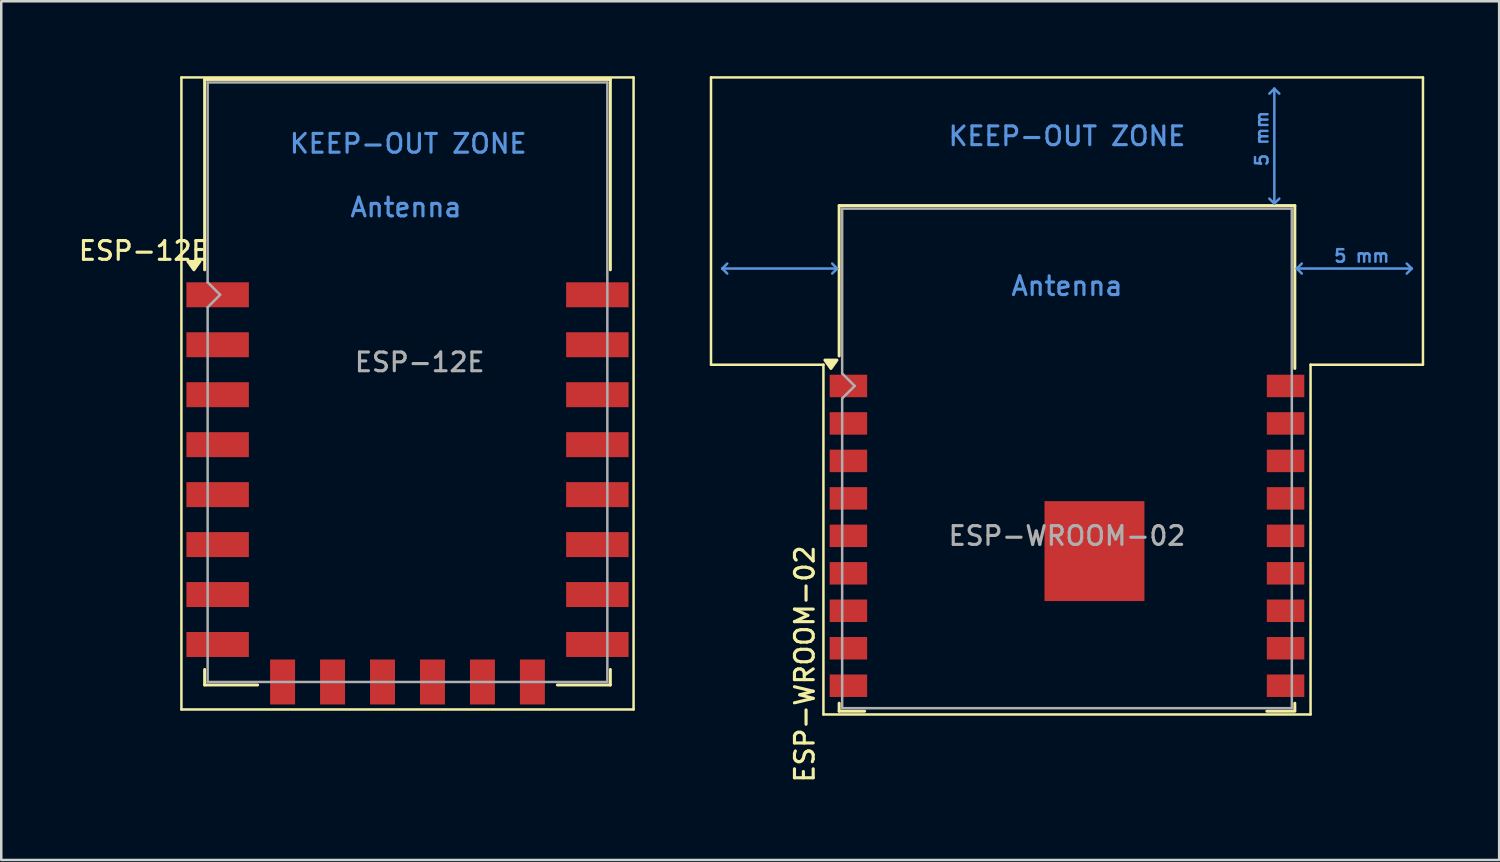
<source format=kicad_pcb>
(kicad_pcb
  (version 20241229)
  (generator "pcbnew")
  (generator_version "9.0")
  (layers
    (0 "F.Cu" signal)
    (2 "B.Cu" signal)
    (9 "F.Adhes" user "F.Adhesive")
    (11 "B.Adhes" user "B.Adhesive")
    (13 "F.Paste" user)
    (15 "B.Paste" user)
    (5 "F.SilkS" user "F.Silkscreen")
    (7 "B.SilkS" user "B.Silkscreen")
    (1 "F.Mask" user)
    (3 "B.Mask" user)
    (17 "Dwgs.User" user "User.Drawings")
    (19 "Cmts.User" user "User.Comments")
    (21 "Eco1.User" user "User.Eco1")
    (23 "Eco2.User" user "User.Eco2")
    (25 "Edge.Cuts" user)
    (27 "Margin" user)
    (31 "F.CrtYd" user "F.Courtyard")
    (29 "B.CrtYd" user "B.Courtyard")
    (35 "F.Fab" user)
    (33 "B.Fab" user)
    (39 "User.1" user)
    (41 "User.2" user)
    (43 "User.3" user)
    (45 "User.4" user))
  (footprint "ESP-12E"
    (layer "F.Cu")
    (at 13.262 12.25)
    (property "Reference" "ESP-12E" (at -10.56 -5.26 0) (layer "F.SilkS") (effects (font (size 0.75 0.75) (thickness 0.125))))
    (attr smd)
    (fp_line (start -9.05 -12.2) (end 9.05 -12.2) (stroke (width 0.1) (type solid)) (layer "F.SilkS"))
    (fp_line (start -9.05 13.1) (end -9.05 -12.2) (stroke (width 0.1) (type solid)) (layer "F.SilkS"))
    (fp_line (start -8.12 -12.12) (end 8.12 -12.12) (stroke (width 0.12) (type solid)) (layer "F.SilkS"))
    (fp_line (start -8.12 -4.5) (end -8.12 -12.12) (stroke (width 0.12) (type solid)) (layer "F.SilkS"))
    (fp_line (start -8.12 12.12) (end -8.12 11.5) (stroke (width 0.12) (type solid)) (layer "F.SilkS"))
    (fp_line (start -6 12.12) (end -8.12 12.12) (stroke (width 0.12) (type solid)) (layer "F.SilkS"))
    (fp_line (start 8.12 -12.12) (end 8.12 -4.5) (stroke (width 0.12) (type solid)) (layer "F.SilkS"))
    (fp_line (start 8.12 11.5) (end 8.12 12.12) (stroke (width 0.12) (type solid)) (layer "F.SilkS"))
    (fp_line (start 8.12 12.12) (end 6 12.12) (stroke (width 0.12) (type solid)) (layer "F.SilkS"))
    (fp_line (start 9.05 -12.2) (end 9.05 13.1) (stroke (width 0.1) (type solid)) (layer "F.SilkS"))
    (fp_line (start 9.05 13.1) (end -9.05 13.1) (stroke (width 0.1) (type solid)) (layer "F.SilkS"))
    (fp_poly (pts (xy -8.55 -4.5) (xy -8.79 -4.836) (xy -8.31 -4.836) (xy -8.55 -4.5)) (stroke (width 0.12) (type solid)) (fill yes) (layer "F.SilkS"))
    (fp_line (start -8 -12) (end 8 -12) (stroke (width 0.1) (type solid)) (layer "F.Fab"))
    (fp_line (start -8 -4) (end -8 -12) (stroke (width 0.1) (type solid)) (layer "F.Fab"))
    (fp_line (start -8 -3) (end -7.5 -3.5) (stroke (width 0.1) (type solid)) (layer "F.Fab"))
    (fp_line (start -8 12) (end -8 -3) (stroke (width 0.1) (type solid)) (layer "F.Fab"))
    (fp_line (start -7.5 -3.5) (end -8 -4) (stroke (width 0.1) (type solid)) (layer "F.Fab"))
    (fp_line (start 8 -12) (end 8 12) (stroke (width 0.1) (type solid)) (layer "F.Fab"))
    (fp_line (start 8 12) (end -8 12) (stroke (width 0.1) (type solid)) (layer "F.Fab"))
    (fp_text user "KEEP-OUT ZONE" (at 0.03 -9.55 180) (layer "Cmts.User") (effects (font (size 0.75 0.75) (thickness 0.125))))
    (fp_text user "Antenna" (at -0.06 -7 180) (layer "Cmts.User") (effects (font (size 0.75 0.75) (thickness 0.125))))
    (fp_text user "${REFERENCE}" (at 0.49 -0.8 0) (layer "F.Fab") (effects (font (size 0.75 0.75) (thickness 0.125))))
    (pad "1" smd rect (at -7.6 -3.5) (size 2.5 1) (layers "F.Cu" "F.Mask" "F.Paste"))
    (pad "2" smd rect (at -7.6 -1.5) (size 2.5 1) (layers "F.Cu" "F.Mask" "F.Paste"))
    (pad "3" smd rect (at -7.6 0.5) (size 2.5 1) (layers "F.Cu" "F.Mask" "F.Paste"))
    (pad "4" smd rect (at -7.6 2.5) (size 2.5 1) (layers "F.Cu" "F.Mask" "F.Paste"))
    (pad "5" smd rect (at -7.6 4.5) (size 2.5 1) (layers "F.Cu" "F.Mask" "F.Paste"))
    (pad "6" smd rect (at -7.6 6.5) (size 2.5 1) (layers "F.Cu" "F.Mask" "F.Paste"))
    (pad "7" smd rect (at -7.6 8.5) (size 2.5 1) (layers "F.Cu" "F.Mask" "F.Paste"))
    (pad "8" smd rect (at -7.6 10.5) (size 2.5 1) (layers "F.Cu" "F.Mask" "F.Paste"))
    (pad "9" smd rect (at -5 12) (size 1 1.8) (layers "F.Cu" "F.Mask" "F.Paste"))
    (pad "10" smd rect (at -3 12) (size 1 1.8) (layers "F.Cu" "F.Mask" "F.Paste"))
    (pad "11" smd rect (at -1 12) (size 1 1.8) (layers "F.Cu" "F.Mask" "F.Paste"))
    (pad "12" smd rect (at 1 12) (size 1 1.8) (layers "F.Cu" "F.Mask" "F.Paste"))
    (pad "13" smd rect (at 3 12) (size 1 1.8) (layers "F.Cu" "F.Mask" "F.Paste"))
    (pad "14" smd rect (at 5 12) (size 1 1.8) (layers "F.Cu" "F.Mask" "F.Paste"))
    (pad "15" smd rect (at 7.6 10.5) (size 2.5 1) (layers "F.Cu" "F.Mask" "F.Paste"))
    (pad "16" smd rect (at 7.6 8.5) (size 2.5 1) (layers "F.Cu" "F.Mask" "F.Paste"))
    (pad "17" smd rect (at 7.6 6.5) (size 2.5 1) (layers "F.Cu" "F.Mask" "F.Paste"))
    (pad "18" smd rect (at 7.6 4.5) (size 2.5 1) (layers "F.Cu" "F.Mask" "F.Paste"))
    (pad "19" smd rect (at 7.6 2.5) (size 2.5 1) (layers "F.Cu" "F.Mask" "F.Paste"))
    (pad "20" smd rect (at 7.6 0.5) (size 2.5 1) (layers "F.Cu" "F.Mask" "F.Paste"))
    (pad "21" smd rect (at 7.6 -1.5) (size 2.5 1) (layers "F.Cu" "F.Mask" "F.Paste"))
    (pad "22" smd rect (at 7.6 -3.5) (size 2.5 1) (layers "F.Cu" "F.Mask" "F.Paste"))
    (zone (net_name "") (layers "F.Cu" "B.Cu") (hatch full 0.508) (connect_pads) (min_thickness 0.254) (filled_areas_thickness no) (keepout (tracks not_allowed) (vias not_allowed) (pads not_allowed) (copperpour not_allowed) (footprints not_allowed)) (placement (enabled no)) (fill) (polygon (pts (xy 5.142 7.45) (xy 21.382 7.45) (xy 21.382 0.13) (xy 5.142 0.13)))))
  (footprint "ESP-WROOM-02"
    (layer "F.Cu")
    (at 39.662 18.4)
    (property "Reference" "ESP-WROOM-02" (at -10.5 5.13 90) (layer "F.SilkS") (effects (font (size 0.75 0.75) (thickness 0.125))))
    (attr smd)
    (fp_line (start -14.25 -18.35) (end -14.25 -6.85) (stroke (width 0.1) (type solid)) (layer "F.SilkS"))
    (fp_line (start -14.25 -18.35) (end 14.25 -18.35) (stroke (width 0.1) (type solid)) (layer "F.SilkS"))
    (fp_line (start -14.25 -6.85) (end -9.75 -6.85) (stroke (width 0.1) (type solid)) (layer "F.SilkS"))
    (fp_line (start -9.75 7.15) (end -9.75 -6.85) (stroke (width 0.1) (type solid)) (layer "F.SilkS"))
    (fp_line (start -9.75 7.15) (end 9.75 7.15) (stroke (width 0.1) (type solid)) (layer "F.SilkS"))
    (fp_line (start -9.12 -13.22) (end -9.12 -7.2) (stroke (width 0.12) (type solid)) (layer "F.SilkS"))
    (fp_line (start -9.12 -13.22) (end 9.12 -13.22) (stroke (width 0.12) (type solid)) (layer "F.SilkS"))
    (fp_line (start -9.12 6.7) (end -9.12 7.02) (stroke (width 0.12) (type solid)) (layer "F.SilkS"))
    (fp_line (start -9.12 7.02) (end -8.1 7.02) (stroke (width 0.12) (type solid)) (layer "F.SilkS"))
    (fp_line (start 8 7.02) (end 9.12 7.02) (stroke (width 0.12) (type solid)) (layer "F.SilkS"))
    (fp_line (start 9.12 -13.22) (end 9.12 -6.7) (stroke (width 0.12) (type solid)) (layer "F.SilkS"))
    (fp_line (start 9.12 6.7) (end 9.12 7) (stroke (width 0.12) (type solid)) (layer "F.SilkS"))
    (fp_line (start 9.75 -6.85) (end 9.75 7.15) (stroke (width 0.1) (type solid)) (layer "F.SilkS"))
    (fp_line (start 9.75 -6.85) (end 14.25 -6.85) (stroke (width 0.1) (type solid)) (layer "F.SilkS"))
    (fp_line (start 14.25 -18.35) (end 14.25 -6.85) (stroke (width 0.1) (type solid)) (layer "F.SilkS"))
    (fp_poly (pts (xy -9.45 -6.7) (xy -9.69 -7.036) (xy -9.21 -7.036) (xy -9.45 -6.7)) (stroke (width 0.12) (type solid)) (fill yes) (layer "F.SilkS"))
    (fp_line (start -13.8 -10.7) (end -13.6 -10.9) (stroke (width 0.1) (type solid)) (layer "Cmts.User"))
    (fp_line (start -13.8 -10.7) (end -13.6 -10.5) (stroke (width 0.1) (type solid)) (layer "Cmts.User"))
    (fp_line (start -13.8 -10.7) (end -9.2 -10.7) (stroke (width 0.1) (type solid)) (layer "Cmts.User"))
    (fp_line (start -9.2 -10.7) (end -9.4 -10.9) (stroke (width 0.1) (type solid)) (layer "Cmts.User"))
    (fp_line (start -9.2 -10.7) (end -9.4 -10.5) (stroke (width 0.1) (type solid)) (layer "Cmts.User"))
    (fp_line (start 8.3 -17.9) (end 8.1 -17.7) (stroke (width 0.1) (type solid)) (layer "Cmts.User"))
    (fp_line (start 8.3 -17.9) (end 8.5 -17.7) (stroke (width 0.1) (type solid)) (layer "Cmts.User"))
    (fp_line (start 8.3 -13.3) (end 8.1 -13.5) (stroke (width 0.1) (type solid)) (layer "Cmts.User"))
    (fp_line (start 8.3 -13.3) (end 8.3 -17.9) (stroke (width 0.1) (type solid)) (layer "Cmts.User"))
    (fp_line (start 8.3 -13.3) (end 8.5 -13.5) (stroke (width 0.1) (type solid)) (layer "Cmts.User"))
    (fp_line (start 9.2 -10.7) (end 9.4 -10.9) (stroke (width 0.1) (type solid)) (layer "Cmts.User"))
    (fp_line (start 9.2 -10.7) (end 9.4 -10.5) (stroke (width 0.1) (type solid)) (layer "Cmts.User"))
    (fp_line (start 9.2 -10.7) (end 13.8 -10.7) (stroke (width 0.1) (type solid)) (layer "Cmts.User"))
    (fp_line (start 13.8 -10.7) (end 13.6 -10.9) (stroke (width 0.1) (type solid)) (layer "Cmts.User"))
    (fp_line (start 13.8 -10.7) (end 13.6 -10.5) (stroke (width 0.1) (type solid)) (layer "Cmts.User"))
    (fp_line (start -9 -13.1) (end -9 -6.5) (stroke (width 0.1) (type solid)) (layer "F.Fab"))
    (fp_line (start -9 -13.1) (end 9 -13.1) (stroke (width 0.1) (type solid)) (layer "F.Fab"))
    (fp_line (start -9 -6.5) (end -8.5 -6) (stroke (width 0.1) (type solid)) (layer "F.Fab"))
    (fp_line (start -9 -5.5) (end -9 6.9) (stroke (width 0.1) (type solid)) (layer "F.Fab"))
    (fp_line (start -9 6.9) (end 9 6.9) (stroke (width 0.1) (type solid)) (layer "F.Fab"))
    (fp_line (start -8.5 -6) (end -9 -5.5) (stroke (width 0.1) (type solid)) (layer "F.Fab"))
    (fp_line (start 9 6.9) (end 9 -13.1) (stroke (width 0.1) (type solid)) (layer "F.Fab"))
    (fp_text user "5 mm" (at 11.8 -11.2 0) (layer "Cmts.User") (effects (font (size 0.5 0.5) (thickness 0.1))))
    (fp_text user "KEEP-OUT ZONE" (at 0 -16 0) (layer "Cmts.User") (effects (font (size 0.75 0.75) (thickness 0.125))))
    (fp_text user "Antenna" (at 0 -10 0) (layer "Cmts.User") (effects (font (size 0.75 0.75) (thickness 0.125))))
    (fp_text user "5 mm" (at 7.8 -15.9 90) (layer "Cmts.User") (effects (font (size 0.5 0.5) (thickness 0.1))))
    (fp_text user "${REFERENCE}" (at 0 0 0) (layer "F.Fab") (effects (font (size 0.75 0.75) (thickness 0.125))))
    (pad "1" smd rect (at -8.75 -6) (size 1.5 0.9) (layers "F.Cu" "F.Mask" "F.Paste"))
    (pad "2" smd rect (at -8.75 -4.5) (size 1.5 0.9) (layers "F.Cu" "F.Mask" "F.Paste"))
    (pad "3" smd rect (at -8.75 -3) (size 1.5 0.9) (layers "F.Cu" "F.Mask" "F.Paste"))
    (pad "4" smd rect (at -8.75 -1.5) (size 1.5 0.9) (layers "F.Cu" "F.Mask" "F.Paste"))
    (pad "5" smd rect (at -8.75 0) (size 1.5 0.9) (layers "F.Cu" "F.Mask" "F.Paste"))
    (pad "6" smd rect (at -8.75 1.5) (size 1.5 0.9) (layers "F.Cu" "F.Mask" "F.Paste"))
    (pad "7" smd rect (at -8.75 3) (size 1.5 0.9) (layers "F.Cu" "F.Mask" "F.Paste"))
    (pad "8" smd rect (at -8.75 4.5) (size 1.5 0.9) (layers "F.Cu" "F.Mask" "F.Paste"))
    (pad "9" smd rect (at -8.75 6) (size 1.5 0.9) (layers "F.Cu" "F.Mask" "F.Paste"))
    (pad "10" smd rect (at 8.75 6) (size 1.5 0.9) (layers "F.Cu" "F.Mask" "F.Paste"))
    (pad "11" smd rect (at 8.75 4.5) (size 1.5 0.9) (layers "F.Cu" "F.Mask" "F.Paste"))
    (pad "12" smd rect (at 8.75 3) (size 1.5 0.9) (layers "F.Cu" "F.Mask" "F.Paste"))
    (pad "13" smd rect (at 8.75 1.5) (size 1.5 0.9) (layers "F.Cu" "F.Mask" "F.Paste"))
    (pad "14" smd rect (at 8.75 0) (size 1.5 0.9) (layers "F.Cu" "F.Mask" "F.Paste"))
    (pad "15" smd rect (at 8.75 -1.5) (size 1.5 0.9) (layers "F.Cu" "F.Mask" "F.Paste"))
    (pad "16" smd rect (at 8.75 -3) (size 1.5 0.9) (layers "F.Cu" "F.Mask" "F.Paste"))
    (pad "17" smd rect (at 8.75 -4.5) (size 1.5 0.9) (layers "F.Cu" "F.Mask" "F.Paste"))
    (pad "18" smd rect (at 8.75 -6) (size 1.5 0.9) (layers "F.Cu" "F.Mask" "F.Paste"))
    (pad "19" smd rect (at 1.1 0.61) (size 4 4) (layers "F.Cu" "F.Mask" "F.Paste"))
    (zone (net_name "") (layers "F.Cu" "B.Cu") (hatch full 0.508) (connect_pads) (min_thickness 0.254) (filled_areas_thickness no) (keepout (tracks not_allowed) (vias not_allowed) (pads not_allowed) (copperpour not_allowed) (footprints not_allowed)) (placement (enabled no)) (fill) (polygon (pts (xy 25.662 11.3) (xy 53.662 11.3) (xy 53.662 0.3) (xy 25.662 0.3)))))
  (gr_rect
    (start -3 -3)
    (end 56.962 31.375)
    (stroke (width 0.1) (type default))
    (fill no)
    (layer "Edge.Cuts")))
</source>
